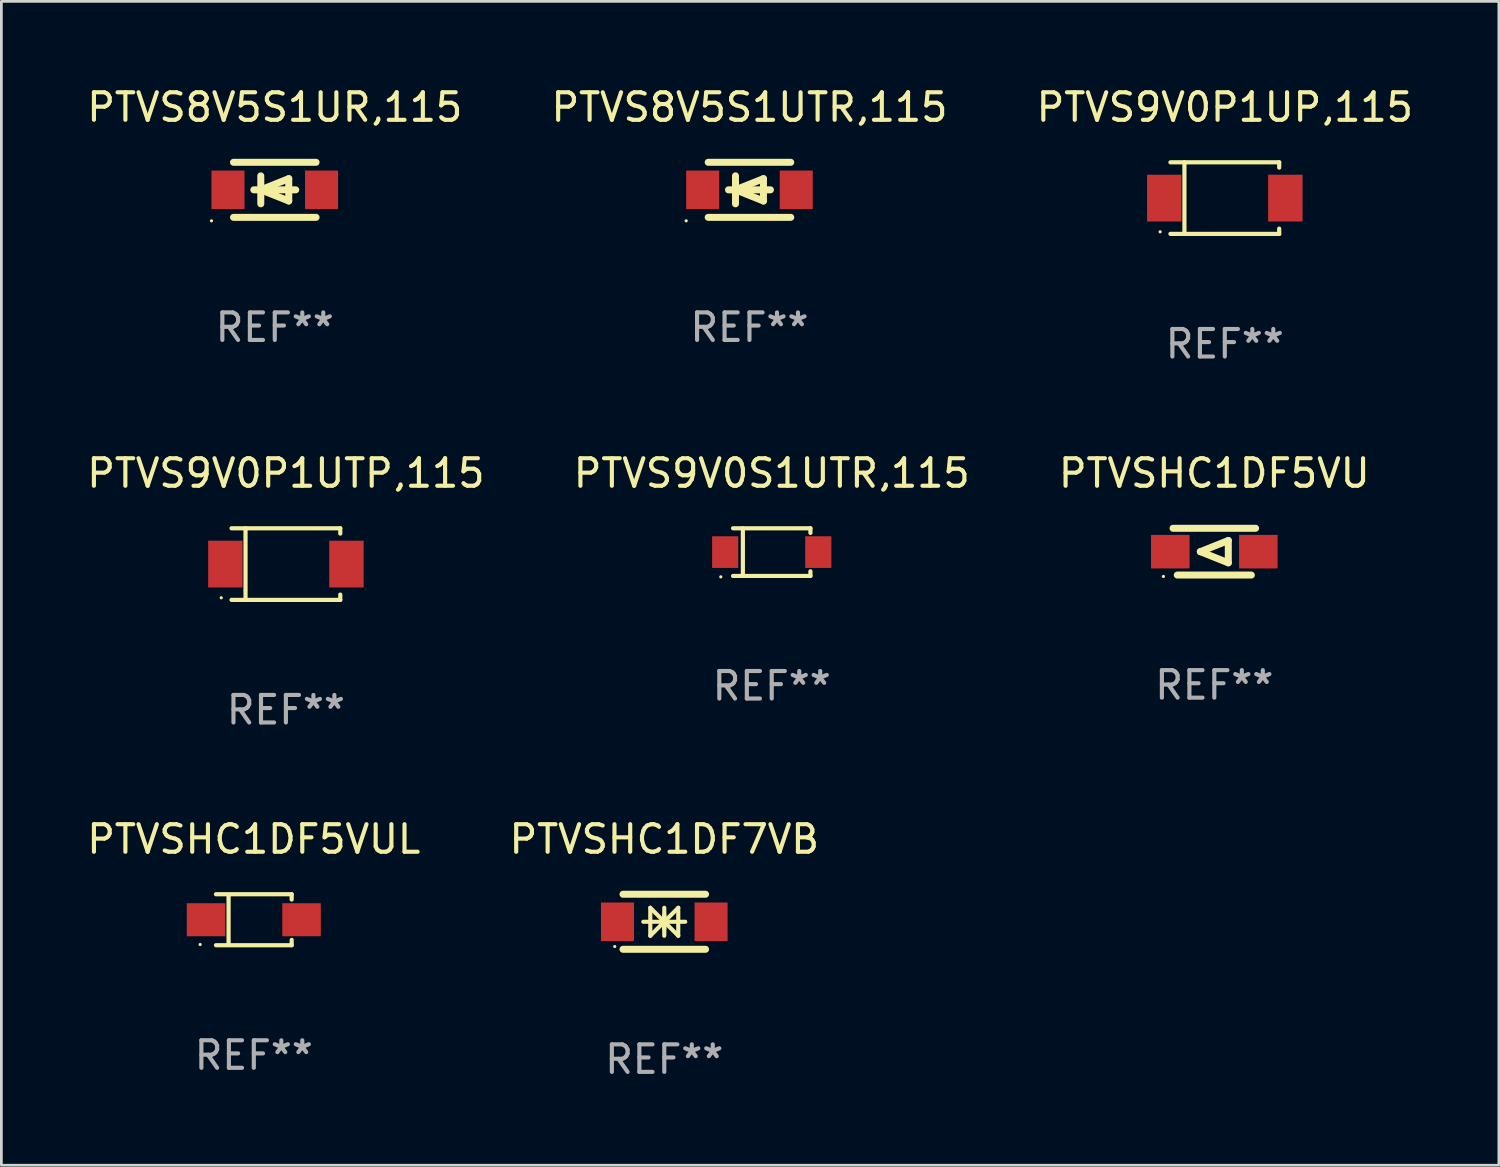
<source format=kicad_pcb>
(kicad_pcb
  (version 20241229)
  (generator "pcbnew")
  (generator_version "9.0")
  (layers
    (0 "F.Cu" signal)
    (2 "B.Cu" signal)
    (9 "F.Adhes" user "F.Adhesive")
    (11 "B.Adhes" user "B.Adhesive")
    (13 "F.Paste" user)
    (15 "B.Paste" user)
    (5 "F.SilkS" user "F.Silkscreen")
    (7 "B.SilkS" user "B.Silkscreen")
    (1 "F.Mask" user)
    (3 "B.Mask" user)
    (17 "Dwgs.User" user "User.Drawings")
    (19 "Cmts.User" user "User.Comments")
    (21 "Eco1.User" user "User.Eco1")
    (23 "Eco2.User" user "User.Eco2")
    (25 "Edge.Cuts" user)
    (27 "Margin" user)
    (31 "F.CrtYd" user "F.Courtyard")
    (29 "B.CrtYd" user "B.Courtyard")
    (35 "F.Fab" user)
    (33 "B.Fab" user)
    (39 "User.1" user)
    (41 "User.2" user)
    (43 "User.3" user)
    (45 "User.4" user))
  (footprint "PTVS8V5S1UTR,115"
    (layer "F.Cu")
    (at 24.185 3.848)
    (property "Reference" "PTVS8V5S1UTR,115" (at 0 -3 0) (layer "F.SilkS") (effects (font (size 1 1) (thickness 0.15))))
    (attr through_hole)
    (fp_line (start -1.5 -1) (end 1.5 -1) (stroke (width 0.254) (type solid)) (layer "F.SilkS"))
    (fp_line (start -1.5 1) (end 1.5 1) (stroke (width 0.254) (type solid)) (layer "F.SilkS"))
    (fp_line (start -0.762 0) (end 0.762 0) (stroke (width 0.254) (type solid)) (layer "F.SilkS"))
    (fp_line (start -0.508 -0.508) (end -0.508 0.508) (stroke (width 0.254) (type solid)) (layer "F.SilkS"))
    (fp_line (start -0.508 0) (end 0.508 -0.406) (stroke (width 0.254) (type solid)) (layer "F.SilkS"))
    (fp_line (start 0.508 -0.406) (end 0.508 0.406) (stroke (width 0.254) (type solid)) (layer "F.SilkS"))
    (fp_line (start 0.508 0.406) (end -0.508 0) (stroke (width 0.254) (type solid)) (layer "F.SilkS"))
    (fp_circle (center -2.3 1.127) (end -2.27 1.127) (stroke (width 0.06) (type solid)) (fill no) (layer "F.SilkS"))
    (fp_text user "REF**" (at 0 5 0) (layer "F.Fab") (effects (font (size 1 1) (thickness 0.15))))
    (pad "1" smd rect (at -1.7 0) (size 1.2 1.4) (layers "F.Cu" "F.Mask" "F.Paste"))
    (pad "2" smd rect (at 1.7 0) (size 1.2 1.4) (layers "F.Cu" "F.Mask" "F.Paste")))
  (footprint "PTVS9V0S1UTR,115"
    (layer "F.Cu")
    (at 24.994 17.013)
    (property "Reference" "PTVS9V0S1UTR,115" (at 0 -2.866 0) (layer "F.SilkS") (effects (font (size 1 1) (thickness 0.15))))
    (attr through_hole)
    (fp_line (start -1.406 -0.866) (end 1.406 -0.866) (stroke (width 0.152) (type solid)) (layer "F.SilkS"))
    (fp_line (start -1.406 0.866) (end 1.406 0.866) (stroke (width 0.152) (type solid)) (layer "F.SilkS"))
    (fp_line (start -1.049 -0.866) (end -1.049 0.866) (stroke (width 0.152) (type solid)) (layer "F.SilkS"))
    (fp_line (start 1.406 -0.866) (end 1.406 -0.698) (stroke (width 0.152) (type solid)) (layer "F.SilkS"))
    (fp_line (start 1.406 0.866) (end 1.406 0.698) (stroke (width 0.152) (type solid)) (layer "F.SilkS"))
    (fp_circle (center -1.851 0.9) (end -1.821 0.9) (stroke (width 0.06) (type solid)) (fill no) (layer "F.SilkS"))
    (fp_text user "REF**" (at 0 4.866 0) (layer "F.Fab") (effects (font (size 1 1) (thickness 0.15))))
    (pad "1" smd rect (at -1.692 0) (size 0.95 1.15) (layers "F.Cu" "F.Mask" "F.Paste"))
    (pad "2" smd rect (at 1.692 0) (size 0.95 1.15) (layers "F.Cu" "F.Mask" "F.Paste")))
  (footprint "PTVS9V0P1UTP,115"
    (layer "F.Cu")
    (at 7.339 17.448)
    (property "Reference" "PTVS9V0P1UTP,115" (at 0 -3.301 0) (layer "F.SilkS") (effects (font (size 1 1) (thickness 0.15))))
    (attr through_hole)
    (fp_line (start -1.976 -1.301) (end 1.976 -1.301) (stroke (width 0.152) (type solid)) (layer "F.SilkS"))
    (fp_line (start -1.976 1.301) (end 1.976 1.301) (stroke (width 0.152) (type solid)) (layer "F.SilkS"))
    (fp_line (start -1.467 -1.301) (end -1.467 1.301) (stroke (width 0.152) (type solid)) (layer "F.SilkS"))
    (fp_line (start 1.976 -1.301) (end 1.976 -1.108) (stroke (width 0.152) (type solid)) (layer "F.SilkS"))
    (fp_line (start 1.976 1.301) (end 1.976 1.108) (stroke (width 0.152) (type solid)) (layer "F.SilkS"))
    (fp_circle (center -2.35 1.225) (end -2.32 1.225) (stroke (width 0.06) (type solid)) (fill no) (layer "F.SilkS"))
    (fp_text user "REF**" (at 0 5.301 0) (layer "F.Fab") (effects (font (size 1 1) (thickness 0.15))))
    (pad "1" smd rect (at -2.2 0 180) (size 1.25 1.7) (layers "F.Cu" "F.Mask" "F.Paste"))
    (pad "2" smd rect (at 2.2 0 180) (size 1.25 1.7) (layers "F.Cu" "F.Mask" "F.Paste")))
  (footprint "PTVSHC1DF5VUL"
    (layer "F.Cu")
    (at 6.173 30.372)
    (property "Reference" "PTVSHC1DF5VUL" (at 0 -2.926 0) (layer "F.SilkS") (effects (font (size 1 1) (thickness 0.15))))
    (attr through_hole)
    (fp_line (start -1.376 -0.926) (end 1.376 -0.926) (stroke (width 0.152) (type solid)) (layer "F.SilkS"))
    (fp_line (start -1.376 0.926) (end 1.376 0.926) (stroke (width 0.152) (type solid)) (layer "F.SilkS"))
    (fp_line (start -0.917 -0.876) (end -0.917 0.876) (stroke (width 0.152) (type solid)) (layer "F.SilkS"))
    (fp_line (start 1.376 -0.926) (end 1.376 -0.733) (stroke (width 0.152) (type solid)) (layer "F.SilkS"))
    (fp_line (start 1.376 0.926) (end 1.376 0.733) (stroke (width 0.152) (type solid)) (layer "F.SilkS"))
    (fp_circle (center -1.95 0.9) (end -1.92 0.9) (stroke (width 0.06) (type solid)) (fill no) (layer "F.SilkS"))
    (fp_text user "REF**" (at 0 4.926 0) (layer "F.Fab") (effects (font (size 1 1) (thickness 0.15))))
    (pad "1" smd rect (at -1.735 0) (size 1.4 1.2) (layers "F.Cu" "F.Mask" "F.Paste"))
    (pad "2" smd rect (at 1.735 0) (size 1.4 1.2) (layers "F.Cu" "F.Mask" "F.Paste")))
  (footprint "PTVS9V0P1UP,115"
    (layer "F.Cu")
    (at 41.458 4.149)
    (property "Reference" "PTVS9V0P1UP,115" (at 0 -3.301 0) (layer "F.SilkS") (effects (font (size 1 1) (thickness 0.15))))
    (attr through_hole)
    (fp_line (start -1.976 -1.301) (end 1.976 -1.301) (stroke (width 0.152) (type solid)) (layer "F.SilkS"))
    (fp_line (start -1.976 1.301) (end 1.976 1.301) (stroke (width 0.152) (type solid)) (layer "F.SilkS"))
    (fp_line (start -1.467 -1.301) (end -1.467 1.301) (stroke (width 0.152) (type solid)) (layer "F.SilkS"))
    (fp_line (start 1.976 -1.301) (end 1.976 -1.108) (stroke (width 0.152) (type solid)) (layer "F.SilkS"))
    (fp_line (start 1.976 1.301) (end 1.976 1.108) (stroke (width 0.152) (type solid)) (layer "F.SilkS"))
    (fp_circle (center -2.35 1.225) (end -2.32 1.225) (stroke (width 0.06) (type solid)) (fill no) (layer "F.SilkS"))
    (fp_text user "REF**" (at 0 5.301 0) (layer "F.Fab") (effects (font (size 1 1) (thickness 0.15))))
    (pad "1" smd rect (at -2.2 0 180) (size 1.25 1.7) (layers "F.Cu" "F.Mask" "F.Paste"))
    (pad "2" smd rect (at 2.2 0 180) (size 1.25 1.7) (layers "F.Cu" "F.Mask" "F.Paste")))
  (footprint "PTVSHC1DF5VU"
    (layer "F.Cu")
    (at 41.077 16.997)
    (property "Reference" "PTVSHC1DF5VU" (at 0 -2.85 0) (layer "F.SilkS") (effects (font (size 1 1) (thickness 0.15))))
    (attr through_hole)
    (fp_line (start -1.346 0.85) (end 1.346 0.85) (stroke (width 0.254) (type solid)) (layer "F.SilkS"))
    (fp_line (start -0.508 0) (end 0.508 -0.406) (stroke (width 0.254) (type solid)) (layer "F.SilkS"))
    (fp_line (start 0.508 -0.406) (end 0.508 0.406) (stroke (width 0.254) (type solid)) (layer "F.SilkS"))
    (fp_line (start 0.508 0.406) (end -0.508 0) (stroke (width 0.254) (type solid)) (layer "F.SilkS"))
    (fp_line (start 1.5 -0.85) (end -1.5 -0.85) (stroke (width 0.254) (type solid)) (layer "F.SilkS"))
    (fp_circle (center -1.85 0.9) (end -1.82 0.9) (stroke (width 0.06) (type solid)) (fill no) (layer "F.SilkS"))
    (fp_text user "REF**" (at 0 4.85 0) (layer "F.Fab") (effects (font (size 1 1) (thickness 0.15))))
    (pad "1" smd rect (at -1.6 0) (size 1.4 1.219) (layers "F.Cu" "F.Mask" "F.Paste"))
    (pad "2" smd rect (at 1.6 0) (size 1.4 1.219) (layers "F.Cu" "F.Mask" "F.Paste")))
  (footprint "PTVS8V5S1UR,115"
    (layer "F.Cu")
    (at 6.935 3.848)
    (property "Reference" "PTVS8V5S1UR,115" (at 0 -3 0) (layer "F.SilkS") (effects (font (size 1 1) (thickness 0.15))))
    (attr through_hole)
    (fp_line (start -1.5 -1) (end 1.5 -1) (stroke (width 0.254) (type solid)) (layer "F.SilkS"))
    (fp_line (start -1.5 1) (end 1.5 1) (stroke (width 0.254) (type solid)) (layer "F.SilkS"))
    (fp_line (start -0.762 0) (end 0.762 0) (stroke (width 0.254) (type solid)) (layer "F.SilkS"))
    (fp_line (start -0.508 -0.508) (end -0.508 0.508) (stroke (width 0.254) (type solid)) (layer "F.SilkS"))
    (fp_line (start -0.508 0) (end 0.508 -0.406) (stroke (width 0.254) (type solid)) (layer "F.SilkS"))
    (fp_line (start 0.508 -0.406) (end 0.508 0.406) (stroke (width 0.254) (type solid)) (layer "F.SilkS"))
    (fp_line (start 0.508 0.406) (end -0.508 0) (stroke (width 0.254) (type solid)) (layer "F.SilkS"))
    (fp_circle (center -2.3 1.127) (end -2.27 1.127) (stroke (width 0.06) (type solid)) (fill no) (layer "F.SilkS"))
    (fp_text user "REF**" (at 0 5 0) (layer "F.Fab") (effects (font (size 1 1) (thickness 0.15))))
    (pad "1" smd rect (at -1.7 0) (size 1.2 1.4) (layers "F.Cu" "F.Mask" "F.Paste"))
    (pad "2" smd rect (at 1.7 0) (size 1.2 1.4) (layers "F.Cu" "F.Mask" "F.Paste")))
  (footprint "PTVSHC1DF7VB"
    (layer "F.Cu")
    (at 21.089 30.446)
    (property "Reference" "PTVSHC1DF7VB" (at 0 -3 0) (layer "F.SilkS") (effects (font (size 1 1) (thickness 0.15))))
    (attr through_hole)
    (fp_line (start -1.5 -1) (end 1.5 -1) (stroke (width 0.254) (type solid)) (layer "F.SilkS"))
    (fp_line (start -1.5 1) (end 1.5 1) (stroke (width 0.254) (type solid)) (layer "F.SilkS"))
    (fp_line (start -0.762 0) (end 0.762 0) (stroke (width 0.15) (type solid)) (layer "F.SilkS"))
    (fp_line (start -0.508 -0.508) (end -0.508 0.508) (stroke (width 0.15) (type solid)) (layer "F.SilkS"))
    (fp_line (start 0 -0.508) (end 0 0.508) (stroke (width 0.15) (type solid)) (layer "F.SilkS"))
    (fp_line (start 0 0) (end -0.508 -0.508) (stroke (width 0.15) (type solid)) (layer "F.SilkS"))
    (fp_line (start 0 0) (end -0.508 0.508) (stroke (width 0.15) (type solid)) (layer "F.SilkS"))
    (fp_line (start 0 0) (end 0.508 -0.508) (stroke (width 0.15) (type solid)) (layer "F.SilkS"))
    (fp_line (start 0 0) (end 0.508 0.508) (stroke (width 0.15) (type solid)) (layer "F.SilkS"))
    (fp_line (start 0 0.254) (end 0 -0.254) (stroke (width 0.15) (type solid)) (layer "F.SilkS"))
    (fp_line (start 0.508 0.508) (end 0.508 -0.508) (stroke (width 0.15) (type solid)) (layer "F.SilkS"))
    (fp_circle (center -1.8 0.9) (end -1.77 0.9) (stroke (width 0.06) (type solid)) (fill no) (layer "F.SilkS"))
    (fp_text user "REF**" (at 0 5 0) (layer "F.Fab") (effects (font (size 1 1) (thickness 0.15))))
    (pad "1" smd rect (at -1.7 0) (size 1.2 1.4) (layers "F.Cu" "F.Mask" "F.Paste"))
    (pad "2" smd rect (at 1.7 0) (size 1.2 1.4) (layers "F.Cu" "F.Mask" "F.Paste")))
  (gr_rect
    (start -3 -3)
    (end 51.417 39.294)
    (stroke (width 0.1) (type default))
    (fill no)
    (layer "Edge.Cuts")))
</source>
